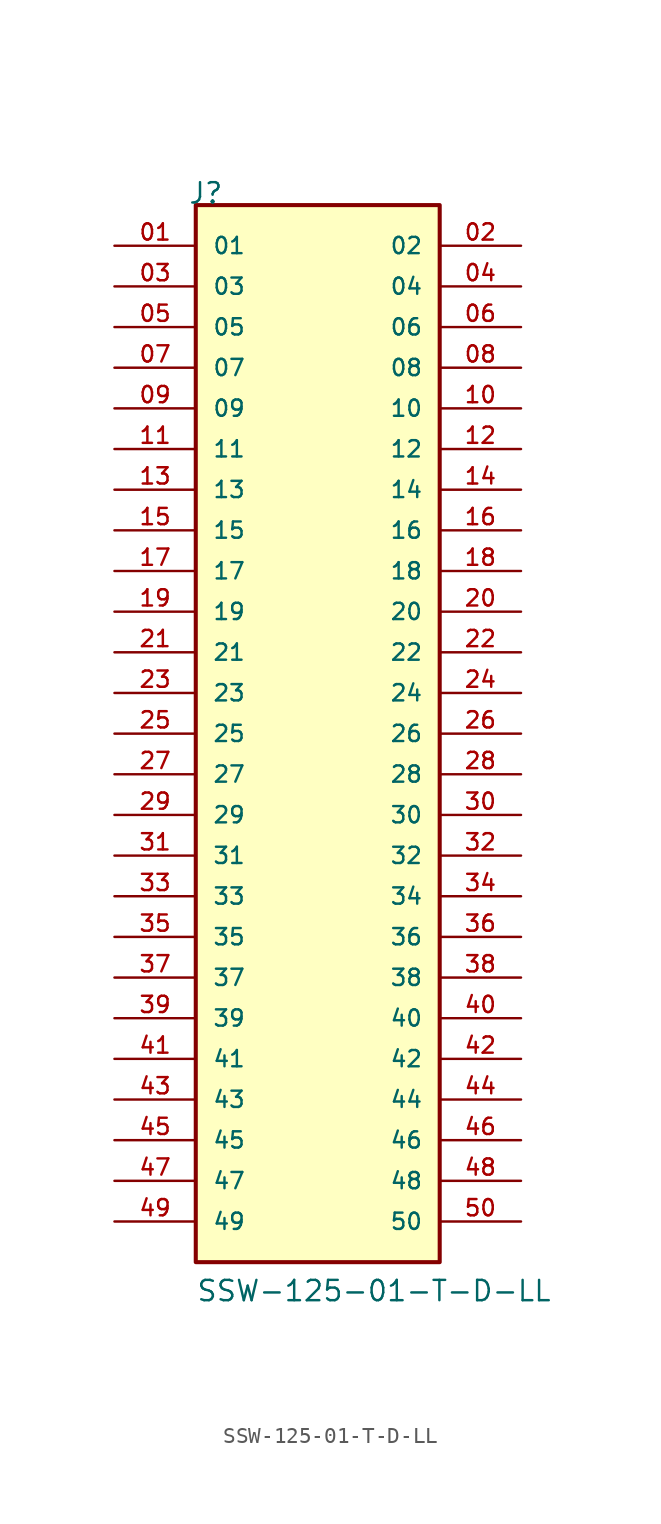
<source format=kicad_sym>
(kicad_symbol_lib
  (version 20211014)
  (generator kicad_symbol_editor)
  (symbol "SSW-125-01-T-D-LL"
    (pin_names
      (offset 1.016))
    (property "Reference" "J"
      (at -8.12 33.02 0)
      (effects (font (size 1.27 1.27)) (justify bottom left)))
    (property "Value" "SSW-125-01-T-D-LL"
      (at -7.62 -35.56 0)
      (effects (font (size 1.27 1.27)) (justify bottom left)))
    (symbol "SSW-125-01-T-D-LL_0_0"
      (rectangle (start -7.62 -33.02) (end 7.62 33.02) (stroke (width 0.254)) (fill (type background)))
      (pin passive line (at -12.7 30.48 0) (length 5.08) (name "01" (effects (font (size 1.016 1.016)))) (number "01" (effects (font (size 1.016 1.016)))))
      (pin passive line (at 12.7 30.48 180.0) (length 5.08) (name "02" (effects (font (size 1.016 1.016)))) (number "02" (effects (font (size 1.016 1.016)))))
      (pin passive line (at -12.7 27.94 0) (length 5.08) (name "03" (effects (font (size 1.016 1.016)))) (number "03" (effects (font (size 1.016 1.016)))))
      (pin passive line (at 12.7 27.94 180.0) (length 5.08) (name "04" (effects (font (size 1.016 1.016)))) (number "04" (effects (font (size 1.016 1.016)))))
      (pin passive line (at -12.7 25.4 0) (length 5.08) (name "05" (effects (font (size 1.016 1.016)))) (number "05" (effects (font (size 1.016 1.016)))))
      (pin passive line (at 12.7 25.4 180.0) (length 5.08) (name "06" (effects (font (size 1.016 1.016)))) (number "06" (effects (font (size 1.016 1.016)))))
      (pin passive line (at -12.7 22.86 0) (length 5.08) (name "07" (effects (font (size 1.016 1.016)))) (number "07" (effects (font (size 1.016 1.016)))))
      (pin passive line (at 12.7 22.86 180.0) (length 5.08) (name "08" (effects (font (size 1.016 1.016)))) (number "08" (effects (font (size 1.016 1.016)))))
      (pin passive line (at -12.7 20.32 0) (length 5.08) (name "09" (effects (font (size 1.016 1.016)))) (number "09" (effects (font (size 1.016 1.016)))))
      (pin passive line (at 12.7 20.32 180.0) (length 5.08) (name "10" (effects (font (size 1.016 1.016)))) (number "10" (effects (font (size 1.016 1.016)))))
      (pin passive line (at -12.7 17.78 0) (length 5.08) (name "11" (effects (font (size 1.016 1.016)))) (number "11" (effects (font (size 1.016 1.016)))))
      (pin passive line (at 12.7 17.78 180.0) (length 5.08) (name "12" (effects (font (size 1.016 1.016)))) (number "12" (effects (font (size 1.016 1.016)))))
      (pin passive line (at -12.7 15.24 0) (length 5.08) (name "13" (effects (font (size 1.016 1.016)))) (number "13" (effects (font (size 1.016 1.016)))))
      (pin passive line (at 12.7 15.24 180.0) (length 5.08) (name "14" (effects (font (size 1.016 1.016)))) (number "14" (effects (font (size 1.016 1.016)))))
      (pin passive line (at -12.7 12.7 0) (length 5.08) (name "15" (effects (font (size 1.016 1.016)))) (number "15" (effects (font (size 1.016 1.016)))))
      (pin passive line (at 12.7 12.7 180.0) (length 5.08) (name "16" (effects (font (size 1.016 1.016)))) (number "16" (effects (font (size 1.016 1.016)))))
      (pin passive line (at -12.7 10.16 0) (length 5.08) (name "17" (effects (font (size 1.016 1.016)))) (number "17" (effects (font (size 1.016 1.016)))))
      (pin passive line (at 12.7 10.16 180.0) (length 5.08) (name "18" (effects (font (size 1.016 1.016)))) (number "18" (effects (font (size 1.016 1.016)))))
      (pin passive line (at -12.7 7.62 0) (length 5.08) (name "19" (effects (font (size 1.016 1.016)))) (number "19" (effects (font (size 1.016 1.016)))))
      (pin passive line (at 12.7 7.62 180.0) (length 5.08) (name "20" (effects (font (size 1.016 1.016)))) (number "20" (effects (font (size 1.016 1.016)))))
      (pin passive line (at -12.7 5.08 0) (length 5.08) (name "21" (effects (font (size 1.016 1.016)))) (number "21" (effects (font (size 1.016 1.016)))))
      (pin passive line (at 12.7 5.08 180.0) (length 5.08) (name "22" (effects (font (size 1.016 1.016)))) (number "22" (effects (font (size 1.016 1.016)))))
      (pin passive line (at -12.7 2.54 0) (length 5.08) (name "23" (effects (font (size 1.016 1.016)))) (number "23" (effects (font (size 1.016 1.016)))))
      (pin passive line (at 12.7 2.54 180.0) (length 5.08) (name "24" (effects (font (size 1.016 1.016)))) (number "24" (effects (font (size 1.016 1.016)))))
      (pin passive line (at -12.7 0.0 0) (length 5.08) (name "25" (effects (font (size 1.016 1.016)))) (number "25" (effects (font (size 1.016 1.016)))))
      (pin passive line (at 12.7 0.0 180.0) (length 5.08) (name "26" (effects (font (size 1.016 1.016)))) (number "26" (effects (font (size 1.016 1.016)))))
      (pin passive line (at -12.7 -2.54 0) (length 5.08) (name "27" (effects (font (size 1.016 1.016)))) (number "27" (effects (font (size 1.016 1.016)))))
      (pin passive line (at 12.7 -2.54 180.0) (length 5.08) (name "28" (effects (font (size 1.016 1.016)))) (number "28" (effects (font (size 1.016 1.016)))))
      (pin passive line (at -12.7 -5.08 0) (length 5.08) (name "29" (effects (font (size 1.016 1.016)))) (number "29" (effects (font (size 1.016 1.016)))))
      (pin passive line (at 12.7 -5.08 180.0) (length 5.08) (name "30" (effects (font (size 1.016 1.016)))) (number "30" (effects (font (size 1.016 1.016)))))
      (pin passive line (at -12.7 -7.62 0) (length 5.08) (name "31" (effects (font (size 1.016 1.016)))) (number "31" (effects (font (size 1.016 1.016)))))
      (pin passive line (at 12.7 -7.62 180.0) (length 5.08) (name "32" (effects (font (size 1.016 1.016)))) (number "32" (effects (font (size 1.016 1.016)))))
      (pin passive line (at -12.7 -10.16 0) (length 5.08) (name "33" (effects (font (size 1.016 1.016)))) (number "33" (effects (font (size 1.016 1.016)))))
      (pin passive line (at 12.7 -10.16 180.0) (length 5.08) (name "34" (effects (font (size 1.016 1.016)))) (number "34" (effects (font (size 1.016 1.016)))))
      (pin passive line (at -12.7 -12.7 0) (length 5.08) (name "35" (effects (font (size 1.016 1.016)))) (number "35" (effects (font (size 1.016 1.016)))))
      (pin passive line (at 12.7 -12.7 180.0) (length 5.08) (name "36" (effects (font (size 1.016 1.016)))) (number "36" (effects (font (size 1.016 1.016)))))
      (pin passive line (at -12.7 -15.24 0) (length 5.08) (name "37" (effects (font (size 1.016 1.016)))) (number "37" (effects (font (size 1.016 1.016)))))
      (pin passive line (at 12.7 -15.24 180.0) (length 5.08) (name "38" (effects (font (size 1.016 1.016)))) (number "38" (effects (font (size 1.016 1.016)))))
      (pin passive line (at -12.7 -17.78 0) (length 5.08) (name "39" (effects (font (size 1.016 1.016)))) (number "39" (effects (font (size 1.016 1.016)))))
      (pin passive line (at 12.7 -17.78 180.0) (length 5.08) (name "40" (effects (font (size 1.016 1.016)))) (number "40" (effects (font (size 1.016 1.016)))))
      (pin passive line (at -12.7 -20.32 0) (length 5.08) (name "41" (effects (font (size 1.016 1.016)))) (number "41" (effects (font (size 1.016 1.016)))))
      (pin passive line (at 12.7 -20.32 180.0) (length 5.08) (name "42" (effects (font (size 1.016 1.016)))) (number "42" (effects (font (size 1.016 1.016)))))
      (pin passive line (at -12.7 -22.86 0) (length 5.08) (name "43" (effects (font (size 1.016 1.016)))) (number "43" (effects (font (size 1.016 1.016)))))
      (pin passive line (at 12.7 -22.86 180.0) (length 5.08) (name "44" (effects (font (size 1.016 1.016)))) (number "44" (effects (font (size 1.016 1.016)))))
      (pin passive line (at -12.7 -25.4 0) (length 5.08) (name "45" (effects (font (size 1.016 1.016)))) (number "45" (effects (font (size 1.016 1.016)))))
      (pin passive line (at 12.7 -25.4 180.0) (length 5.08) (name "46" (effects (font (size 1.016 1.016)))) (number "46" (effects (font (size 1.016 1.016)))))
      (pin passive line (at -12.7 -27.94 0) (length 5.08) (name "47" (effects (font (size 1.016 1.016)))) (number "47" (effects (font (size 1.016 1.016)))))
      (pin passive line (at 12.7 -27.94 180.0) (length 5.08) (name "48" (effects (font (size 1.016 1.016)))) (number "48" (effects (font (size 1.016 1.016)))))
      (pin passive line (at -12.7 -30.48 0) (length 5.08) (name "49" (effects (font (size 1.016 1.016)))) (number "49" (effects (font (size 1.016 1.016)))))
      (pin passive line (at 12.7 -30.48 180.0) (length 5.08) (name "50" (effects (font (size 1.016 1.016)))) (number "50" (effects (font (size 1.016 1.016))))))))
</source>
